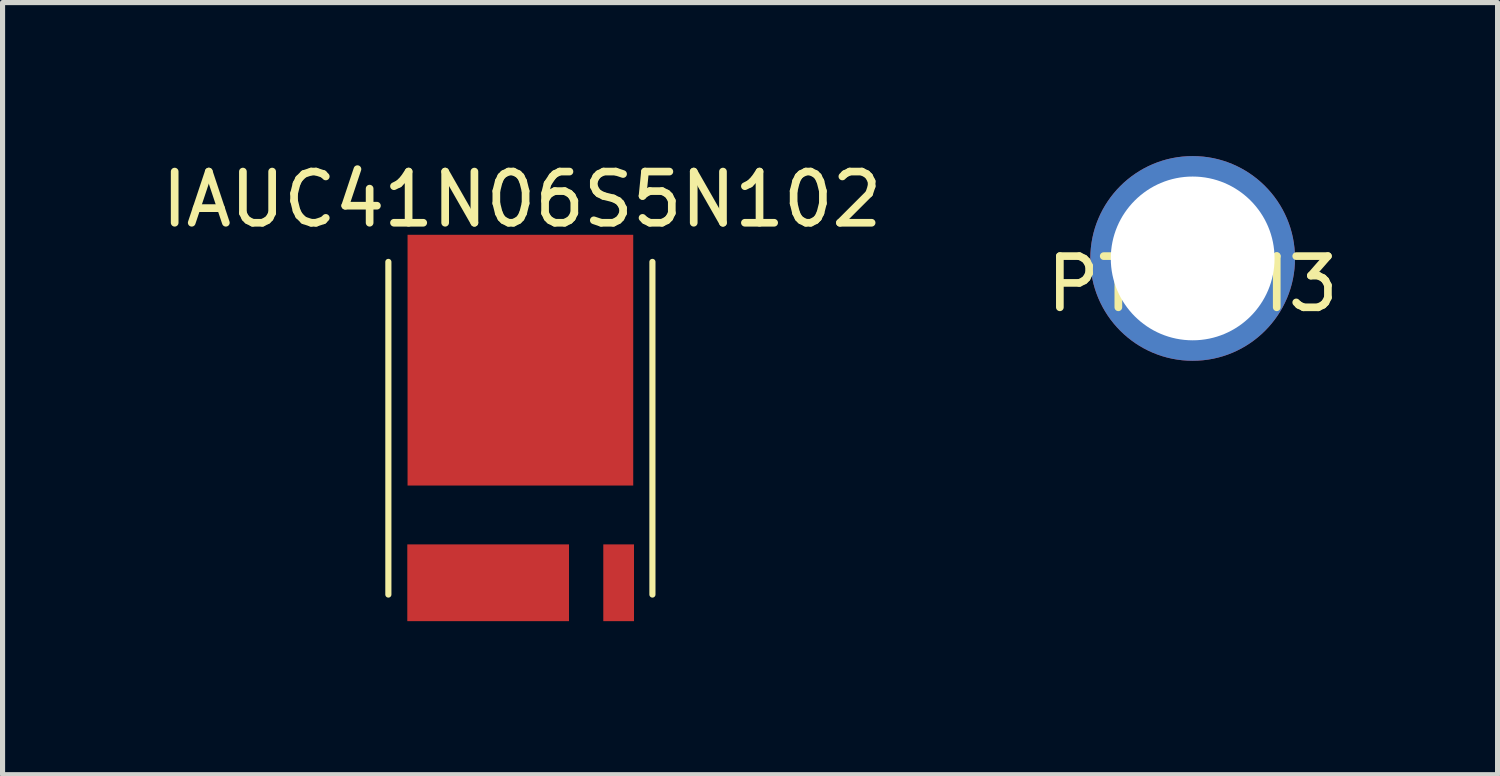
<source format=kicad_pcb>
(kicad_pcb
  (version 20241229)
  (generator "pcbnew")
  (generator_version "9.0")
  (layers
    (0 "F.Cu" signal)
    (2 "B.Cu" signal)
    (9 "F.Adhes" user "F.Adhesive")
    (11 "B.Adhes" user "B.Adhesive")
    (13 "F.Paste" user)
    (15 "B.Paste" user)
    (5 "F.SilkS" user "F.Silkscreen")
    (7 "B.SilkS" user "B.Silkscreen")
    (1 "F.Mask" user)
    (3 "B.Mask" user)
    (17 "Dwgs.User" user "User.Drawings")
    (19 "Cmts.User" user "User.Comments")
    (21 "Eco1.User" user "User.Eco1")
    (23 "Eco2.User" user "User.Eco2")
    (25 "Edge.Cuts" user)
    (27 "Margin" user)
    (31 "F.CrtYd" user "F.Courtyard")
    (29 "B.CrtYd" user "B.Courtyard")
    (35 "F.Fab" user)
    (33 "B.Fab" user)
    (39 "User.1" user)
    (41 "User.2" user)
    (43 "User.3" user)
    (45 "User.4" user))
  (footprint "IAUC41N06S5N102"
    (layer "F.Cu")
    (at 7.119 5.318)
    (property "Reference" "IAUC41N06S5N102" (at 0.03 -4.47 0) (layer "F.SilkS") (effects (font (size 1 1) (thickness 0.15))))
    (attr through_hole)
    (fp_line (start -2.58 -3.25) (end -2.58 3.25) (stroke (width 0.12) (type solid)) (layer "F.SilkS"))
    (fp_line (start 2.58 -3.25) (end 2.58 3.25) (stroke (width 0.12) (type solid)) (layer "F.SilkS"))
    (pad "1" smd rect (at 1.92 3.02) (size 0.6 1.5) (layers "F.Cu" "F.Mask" "F.Paste"))
    (pad "2" smd rect (at 0 -1.33) (size 4.41 4.9) (layers "F.Cu" "F.Mask" "F.Paste"))
    (pad "3" smd rect (at -0.63 3.02) (size 3.16 1.5) (layers "F.Cu" "F.Mask" "F.Paste")))
  (footprint "PTH_M3"
    (layer "F.Cu")
    (at 20.256 2)
    (property "Reference" "PTH_M3" (at 0 0.5 0) (layer "F.SilkS") (effects (font (size 1 1) (thickness 0.15))))
    (attr through_hole)
    (pad "1" thru_hole circle (at 0 0) (size 4 4) (drill 3.2) (layers "*.Cu" "*.Mask")))
  (gr_rect
    (start -3 -3)
    (end 26.214 12.088)
    (stroke (width 0.1) (type default))
    (fill no)
    (layer "Edge.Cuts")))
</source>
